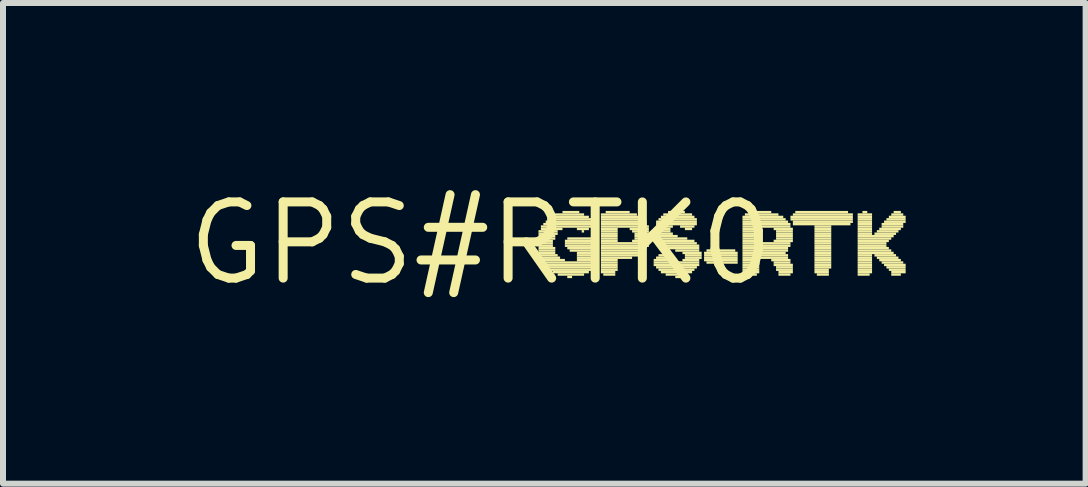
<source format=kicad_pcb>
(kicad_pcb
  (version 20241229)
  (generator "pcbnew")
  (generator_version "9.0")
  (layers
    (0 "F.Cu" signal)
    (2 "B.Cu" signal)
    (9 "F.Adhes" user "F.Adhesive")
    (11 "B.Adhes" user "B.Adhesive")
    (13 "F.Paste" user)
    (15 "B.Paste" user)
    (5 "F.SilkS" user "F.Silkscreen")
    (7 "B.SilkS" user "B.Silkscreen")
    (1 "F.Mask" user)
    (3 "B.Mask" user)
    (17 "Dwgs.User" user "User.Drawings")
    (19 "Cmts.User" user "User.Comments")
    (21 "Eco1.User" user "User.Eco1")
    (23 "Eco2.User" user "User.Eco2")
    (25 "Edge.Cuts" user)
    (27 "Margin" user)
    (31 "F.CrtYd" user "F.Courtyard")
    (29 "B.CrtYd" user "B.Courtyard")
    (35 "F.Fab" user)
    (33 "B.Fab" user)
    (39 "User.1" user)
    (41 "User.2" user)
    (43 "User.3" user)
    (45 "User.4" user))
  (footprint "GPS#RTK0"
    (layer "F.Cu")
    (at 4.966 1.006)
    (property "Reference" "GPS#RTK0" (at 0 0 0) (layer "F.SilkS") (effects (font (size 1.27 1.27) (thickness 0.15))))
    (fp_poly (pts (xy 0.92 0.02) (xy 1.2 0.02) (xy 1.2 -0.02) (xy 0.92 -0.02)) (stroke (width 0) (type solid)) (fill yes) (layer "F.SilkS"))
    (fp_poly (pts (xy 0.96 -0.18) (xy 1.28 -0.18) (xy 1.28 -0.22) (xy 0.96 -0.22)) (stroke (width 0) (type solid)) (fill yes) (layer "F.SilkS"))
    (fp_poly (pts (xy 0.96 -0.14) (xy 1.28 -0.14) (xy 1.28 -0.18) (xy 0.96 -0.18)) (stroke (width 0) (type solid)) (fill yes) (layer "F.SilkS"))
    (fp_poly (pts (xy 0.96 -0.1) (xy 1.24 -0.1) (xy 1.24 -0.14) (xy 0.96 -0.14)) (stroke (width 0) (type solid)) (fill yes) (layer "F.SilkS"))
    (fp_poly (pts (xy 0.96 -0.06) (xy 1.24 -0.06) (xy 1.24 -0.1) (xy 0.96 -0.1)) (stroke (width 0) (type solid)) (fill yes) (layer "F.SilkS"))
    (fp_poly (pts (xy 0.96 -0.02) (xy 1.2 -0.02) (xy 1.2 -0.06) (xy 0.96 -0.06)) (stroke (width 0) (type solid)) (fill yes) (layer "F.SilkS"))
    (fp_poly (pts (xy 0.96 0.06) (xy 1.2 0.06) (xy 1.2 0.02) (xy 0.96 0.02)) (stroke (width 0) (type solid)) (fill yes) (layer "F.SilkS"))
    (fp_poly (pts (xy 0.96 0.1) (xy 1.24 0.1) (xy 1.24 0.06) (xy 0.96 0.06)) (stroke (width 0) (type solid)) (fill yes) (layer "F.SilkS"))
    (fp_poly (pts (xy 0.96 0.14) (xy 1.24 0.14) (xy 1.24 0.1) (xy 0.96 0.1)) (stroke (width 0) (type solid)) (fill yes) (layer "F.SilkS"))
    (fp_poly (pts (xy 0.96 0.18) (xy 1.24 0.18) (xy 1.24 0.14) (xy 0.96 0.14)) (stroke (width 0) (type solid)) (fill yes) (layer "F.SilkS"))
    (fp_poly (pts (xy 0.96 0.22) (xy 1.28 0.22) (xy 1.28 0.18) (xy 0.96 0.18)) (stroke (width 0) (type solid)) (fill yes) (layer "F.SilkS"))
    (fp_poly (pts (xy 1 -0.26) (xy 1.84 -0.26) (xy 1.84 -0.3) (xy 1 -0.3)) (stroke (width 0) (type solid)) (fill yes) (layer "F.SilkS"))
    (fp_poly (pts (xy 1 -0.22) (xy 1.36 -0.22) (xy 1.36 -0.26) (xy 1 -0.26)) (stroke (width 0) (type solid)) (fill yes) (layer "F.SilkS"))
    (fp_poly (pts (xy 1 0.26) (xy 1.32 0.26) (xy 1.32 0.22) (xy 1 0.22)) (stroke (width 0) (type solid)) (fill yes) (layer "F.SilkS"))
    (fp_poly (pts (xy 1 0.3) (xy 1.4 0.3) (xy 1.4 0.26) (xy 1 0.26)) (stroke (width 0) (type solid)) (fill yes) (layer "F.SilkS"))
    (fp_poly (pts (xy 1.04 -0.3) (xy 1.84 -0.3) (xy 1.84 -0.34) (xy 1.04 -0.34)) (stroke (width 0) (type solid)) (fill yes) (layer "F.SilkS"))
    (fp_poly (pts (xy 1.04 0.34) (xy 1.88 0.34) (xy 1.88 0.3) (xy 1.04 0.3)) (stroke (width 0) (type solid)) (fill yes) (layer "F.SilkS"))
    (fp_poly (pts (xy 1.08 -0.34) (xy 1.84 -0.34) (xy 1.84 -0.38) (xy 1.08 -0.38)) (stroke (width 0) (type solid)) (fill yes) (layer "F.SilkS"))
    (fp_poly (pts (xy 1.08 0.38) (xy 1.88 0.38) (xy 1.88 0.34) (xy 1.08 0.34)) (stroke (width 0) (type solid)) (fill yes) (layer "F.SilkS"))
    (fp_poly (pts (xy 1.12 -0.38) (xy 1.84 -0.38) (xy 1.84 -0.42) (xy 1.12 -0.42)) (stroke (width 0) (type solid)) (fill yes) (layer "F.SilkS"))
    (fp_poly (pts (xy 1.12 0.42) (xy 1.88 0.42) (xy 1.88 0.38) (xy 1.12 0.38)) (stroke (width 0) (type solid)) (fill yes) (layer "F.SilkS"))
    (fp_poly (pts (xy 1.16 -0.42) (xy 1.8 -0.42) (xy 1.8 -0.46) (xy 1.16 -0.46)) (stroke (width 0) (type solid)) (fill yes) (layer "F.SilkS"))
    (fp_poly (pts (xy 1.16 0.46) (xy 1.84 0.46) (xy 1.84 0.42) (xy 1.16 0.42)) (stroke (width 0) (type solid)) (fill yes) (layer "F.SilkS"))
    (fp_poly (pts (xy 1.2 0.5) (xy 1.8 0.5) (xy 1.8 0.46) (xy 1.2 0.46)) (stroke (width 0) (type solid)) (fill yes) (layer "F.SilkS"))
    (fp_poly (pts (xy 1.24 -0.46) (xy 1.72 -0.46) (xy 1.72 -0.5) (xy 1.24 -0.5)) (stroke (width 0) (type solid)) (fill yes) (layer "F.SilkS"))
    (fp_poly (pts (xy 1.28 0.54) (xy 1.72 0.54) (xy 1.72 0.5) (xy 1.28 0.5)) (stroke (width 0) (type solid)) (fill yes) (layer "F.SilkS"))
    (fp_poly (pts (xy 1.36 -0.5) (xy 1.64 -0.5) (xy 1.64 -0.54) (xy 1.36 -0.54)) (stroke (width 0) (type solid)) (fill yes) (layer "F.SilkS"))
    (fp_poly (pts (xy 1.4 -0.02) (xy 1.88 -0.02) (xy 1.88 -0.06) (xy 1.4 -0.06)) (stroke (width 0) (type solid)) (fill yes) (layer "F.SilkS"))
    (fp_poly (pts (xy 1.4 0.02) (xy 1.88 0.02) (xy 1.88 -0.02) (xy 1.4 -0.02)) (stroke (width 0) (type solid)) (fill yes) (layer "F.SilkS"))
    (fp_poly (pts (xy 1.4 0.06) (xy 1.88 0.06) (xy 1.88 0.02) (xy 1.4 0.02)) (stroke (width 0) (type solid)) (fill yes) (layer "F.SilkS"))
    (fp_poly (pts (xy 1.44 -0.06) (xy 1.84 -0.06) (xy 1.84 -0.1) (xy 1.44 -0.1)) (stroke (width 0) (type solid)) (fill yes) (layer "F.SilkS"))
    (fp_poly (pts (xy 1.44 0.1) (xy 1.88 0.1) (xy 1.88 0.06) (xy 1.44 0.06)) (stroke (width 0) (type solid)) (fill yes) (layer "F.SilkS"))
    (fp_poly (pts (xy 1.44 0.58) (xy 1.52 0.58) (xy 1.52 0.54) (xy 1.44 0.54)) (stroke (width 0) (type solid)) (fill yes) (layer "F.SilkS"))
    (fp_poly (pts (xy 1.48 0.14) (xy 1.88 0.14) (xy 1.88 0.1) (xy 1.48 0.1)) (stroke (width 0) (type solid)) (fill yes) (layer "F.SilkS"))
    (fp_poly (pts (xy 1.6 -0.22) (xy 1.8 -0.22) (xy 1.8 -0.26) (xy 1.6 -0.26)) (stroke (width 0) (type solid)) (fill yes) (layer "F.SilkS"))
    (fp_poly (pts (xy 1.6 0.18) (xy 1.88 0.18) (xy 1.88 0.14) (xy 1.6 0.14)) (stroke (width 0) (type solid)) (fill yes) (layer "F.SilkS"))
    (fp_poly (pts (xy 1.6 0.22) (xy 1.88 0.22) (xy 1.88 0.18) (xy 1.6 0.18)) (stroke (width 0) (type solid)) (fill yes) (layer "F.SilkS"))
    (fp_poly (pts (xy 1.6 0.26) (xy 1.88 0.26) (xy 1.88 0.22) (xy 1.6 0.22)) (stroke (width 0) (type solid)) (fill yes) (layer "F.SilkS"))
    (fp_poly (pts (xy 1.6 0.3) (xy 1.88 0.3) (xy 1.88 0.26) (xy 1.6 0.26)) (stroke (width 0) (type solid)) (fill yes) (layer "F.SilkS"))
    (fp_poly (pts (xy 1.68 -0.18) (xy 1.72 -0.18) (xy 1.72 -0.22) (xy 1.68 -0.22)) (stroke (width 0) (type solid)) (fill yes) (layer "F.SilkS"))
    (fp_poly (pts (xy 2 -0.46) (xy 2.6 -0.46) (xy 2.6 -0.5) (xy 2 -0.5)) (stroke (width 0) (type solid)) (fill yes) (layer "F.SilkS"))
    (fp_poly (pts (xy 2 -0.42) (xy 2.68 -0.42) (xy 2.68 -0.46) (xy 2 -0.46)) (stroke (width 0) (type solid)) (fill yes) (layer "F.SilkS"))
    (fp_poly (pts (xy 2 -0.38) (xy 2.72 -0.38) (xy 2.72 -0.42) (xy 2 -0.42)) (stroke (width 0) (type solid)) (fill yes) (layer "F.SilkS"))
    (fp_poly (pts (xy 2 -0.34) (xy 2.76 -0.34) (xy 2.76 -0.38) (xy 2 -0.38)) (stroke (width 0) (type solid)) (fill yes) (layer "F.SilkS"))
    (fp_poly (pts (xy 2 -0.3) (xy 2.76 -0.3) (xy 2.76 -0.34) (xy 2 -0.34)) (stroke (width 0) (type solid)) (fill yes) (layer "F.SilkS"))
    (fp_poly (pts (xy 2 -0.26) (xy 2.8 -0.26) (xy 2.8 -0.3) (xy 2 -0.3)) (stroke (width 0) (type solid)) (fill yes) (layer "F.SilkS"))
    (fp_poly (pts (xy 2 -0.22) (xy 2.28 -0.22) (xy 2.28 -0.26) (xy 2 -0.26)) (stroke (width 0) (type solid)) (fill yes) (layer "F.SilkS"))
    (fp_poly (pts (xy 2 -0.18) (xy 2.28 -0.18) (xy 2.28 -0.22) (xy 2 -0.22)) (stroke (width 0) (type solid)) (fill yes) (layer "F.SilkS"))
    (fp_poly (pts (xy 2 -0.14) (xy 2.28 -0.14) (xy 2.28 -0.18) (xy 2 -0.18)) (stroke (width 0) (type solid)) (fill yes) (layer "F.SilkS"))
    (fp_poly (pts (xy 2 -0.1) (xy 2.28 -0.1) (xy 2.28 -0.14) (xy 2 -0.14)) (stroke (width 0) (type solid)) (fill yes) (layer "F.SilkS"))
    (fp_poly (pts (xy 2 -0.06) (xy 2.28 -0.06) (xy 2.28 -0.1) (xy 2 -0.1)) (stroke (width 0) (type solid)) (fill yes) (layer "F.SilkS"))
    (fp_poly (pts (xy 2 -0.02) (xy 2.28 -0.02) (xy 2.28 -0.06) (xy 2 -0.06)) (stroke (width 0) (type solid)) (fill yes) (layer "F.SilkS"))
    (fp_poly (pts (xy 2 0.02) (xy 2.8 0.02) (xy 2.8 -0.02) (xy 2 -0.02)) (stroke (width 0) (type solid)) (fill yes) (layer "F.SilkS"))
    (fp_poly (pts (xy 2 0.06) (xy 2.8 0.06) (xy 2.8 0.02) (xy 2 0.02)) (stroke (width 0) (type solid)) (fill yes) (layer "F.SilkS"))
    (fp_poly (pts (xy 2 0.1) (xy 2.76 0.1) (xy 2.76 0.06) (xy 2 0.06)) (stroke (width 0) (type solid)) (fill yes) (layer "F.SilkS"))
    (fp_poly (pts (xy 2 0.14) (xy 2.72 0.14) (xy 2.72 0.1) (xy 2 0.1)) (stroke (width 0) (type solid)) (fill yes) (layer "F.SilkS"))
    (fp_poly (pts (xy 2 0.18) (xy 2.68 0.18) (xy 2.68 0.14) (xy 2 0.14)) (stroke (width 0) (type solid)) (fill yes) (layer "F.SilkS"))
    (fp_poly (pts (xy 2 0.22) (xy 2.64 0.22) (xy 2.64 0.18) (xy 2 0.18)) (stroke (width 0) (type solid)) (fill yes) (layer "F.SilkS"))
    (fp_poly (pts (xy 2 0.26) (xy 2.52 0.26) (xy 2.52 0.22) (xy 2 0.22)) (stroke (width 0) (type solid)) (fill yes) (layer "F.SilkS"))
    (fp_poly (pts (xy 2 0.3) (xy 2.28 0.3) (xy 2.28 0.26) (xy 2 0.26)) (stroke (width 0) (type solid)) (fill yes) (layer "F.SilkS"))
    (fp_poly (pts (xy 2 0.34) (xy 2.28 0.34) (xy 2.28 0.3) (xy 2 0.3)) (stroke (width 0) (type solid)) (fill yes) (layer "F.SilkS"))
    (fp_poly (pts (xy 2 0.38) (xy 2.28 0.38) (xy 2.28 0.34) (xy 2 0.34)) (stroke (width 0) (type solid)) (fill yes) (layer "F.SilkS"))
    (fp_poly (pts (xy 2 0.42) (xy 2.28 0.42) (xy 2.28 0.38) (xy 2 0.38)) (stroke (width 0) (type solid)) (fill yes) (layer "F.SilkS"))
    (fp_poly (pts (xy 2 0.46) (xy 2.28 0.46) (xy 2.28 0.42) (xy 2 0.42)) (stroke (width 0) (type solid)) (fill yes) (layer "F.SilkS"))
    (fp_poly (pts (xy 2 0.5) (xy 2.24 0.5) (xy 2.24 0.46) (xy 2 0.46)) (stroke (width 0) (type solid)) (fill yes) (layer "F.SilkS"))
    (fp_poly (pts (xy 2.04 0.54) (xy 2.24 0.54) (xy 2.24 0.5) (xy 2.04 0.5)) (stroke (width 0) (type solid)) (fill yes) (layer "F.SilkS"))
    (fp_poly (pts (xy 2.08 -0.5) (xy 2.48 -0.5) (xy 2.48 -0.54) (xy 2.08 -0.54)) (stroke (width 0) (type solid)) (fill yes) (layer "F.SilkS"))
    (fp_poly (pts (xy 2.48 -0.22) (xy 2.8 -0.22) (xy 2.8 -0.26) (xy 2.48 -0.26)) (stroke (width 0) (type solid)) (fill yes) (layer "F.SilkS"))
    (fp_poly (pts (xy 2.52 -0.18) (xy 2.8 -0.18) (xy 2.8 -0.22) (xy 2.52 -0.22)) (stroke (width 0) (type solid)) (fill yes) (layer "F.SilkS"))
    (fp_poly (pts (xy 2.52 -0.02) (xy 2.8 -0.02) (xy 2.8 -0.06) (xy 2.52 -0.06)) (stroke (width 0) (type solid)) (fill yes) (layer "F.SilkS"))
    (fp_poly (pts (xy 2.56 -0.14) (xy 2.84 -0.14) (xy 2.84 -0.18) (xy 2.56 -0.18)) (stroke (width 0) (type solid)) (fill yes) (layer "F.SilkS"))
    (fp_poly (pts (xy 2.56 -0.1) (xy 2.84 -0.1) (xy 2.84 -0.14) (xy 2.56 -0.14)) (stroke (width 0) (type solid)) (fill yes) (layer "F.SilkS"))
    (fp_poly (pts (xy 2.56 -0.06) (xy 2.8 -0.06) (xy 2.8 -0.1) (xy 2.56 -0.1)) (stroke (width 0) (type solid)) (fill yes) (layer "F.SilkS"))
    (fp_poly (pts (xy 2.88 -0.18) (xy 3.16 -0.18) (xy 3.16 -0.22) (xy 2.88 -0.22)) (stroke (width 0) (type solid)) (fill yes) (layer "F.SilkS"))
    (fp_poly (pts (xy 2.88 0.3) (xy 3.2 0.3) (xy 3.2 0.26) (xy 2.88 0.26)) (stroke (width 0) (type solid)) (fill yes) (layer "F.SilkS"))
    (fp_poly (pts (xy 2.88 0.34) (xy 3.64 0.34) (xy 3.64 0.3) (xy 2.88 0.3)) (stroke (width 0) (type solid)) (fill yes) (layer "F.SilkS"))
    (fp_poly (pts (xy 2.88 0.38) (xy 3.64 0.38) (xy 3.64 0.34) (xy 2.88 0.34)) (stroke (width 0) (type solid)) (fill yes) (layer "F.SilkS"))
    (fp_poly (pts (xy 2.92 -0.34) (xy 3.6 -0.34) (xy 3.6 -0.38) (xy 2.92 -0.38)) (stroke (width 0) (type solid)) (fill yes) (layer "F.SilkS"))
    (fp_poly (pts (xy 2.92 -0.3) (xy 3.6 -0.3) (xy 3.6 -0.34) (xy 2.92 -0.34)) (stroke (width 0) (type solid)) (fill yes) (layer "F.SilkS"))
    (fp_poly (pts (xy 2.92 -0.26) (xy 3.2 -0.26) (xy 3.2 -0.3) (xy 2.92 -0.3)) (stroke (width 0) (type solid)) (fill yes) (layer "F.SilkS"))
    (fp_poly (pts (xy 2.92 -0.22) (xy 3.16 -0.22) (xy 3.16 -0.26) (xy 2.92 -0.26)) (stroke (width 0) (type solid)) (fill yes) (layer "F.SilkS"))
    (fp_poly (pts (xy 2.92 -0.14) (xy 3.2 -0.14) (xy 3.2 -0.18) (xy 2.92 -0.18)) (stroke (width 0) (type solid)) (fill yes) (layer "F.SilkS"))
    (fp_poly (pts (xy 2.92 -0.1) (xy 3.28 -0.1) (xy 3.28 -0.14) (xy 2.92 -0.14)) (stroke (width 0) (type solid)) (fill yes) (layer "F.SilkS"))
    (fp_poly (pts (xy 2.92 -0.06) (xy 3.44 -0.06) (xy 3.44 -0.1) (xy 2.92 -0.1)) (stroke (width 0) (type solid)) (fill yes) (layer "F.SilkS"))
    (fp_poly (pts (xy 2.92 0.26) (xy 3.12 0.26) (xy 3.12 0.22) (xy 2.92 0.22)) (stroke (width 0) (type solid)) (fill yes) (layer "F.SilkS"))
    (fp_poly (pts (xy 2.92 0.42) (xy 3.6 0.42) (xy 3.6 0.38) (xy 2.92 0.38)) (stroke (width 0) (type solid)) (fill yes) (layer "F.SilkS"))
    (fp_poly (pts (xy 2.96 -0.38) (xy 3.6 -0.38) (xy 3.6 -0.42) (xy 2.96 -0.42)) (stroke (width 0) (type solid)) (fill yes) (layer "F.SilkS"))
    (fp_poly (pts (xy 2.96 -0.02) (xy 3.56 -0.02) (xy 3.56 -0.06) (xy 2.96 -0.06)) (stroke (width 0) (type solid)) (fill yes) (layer "F.SilkS"))
    (fp_poly (pts (xy 2.96 0.22) (xy 3.08 0.22) (xy 3.08 0.18) (xy 2.96 0.18)) (stroke (width 0) (type solid)) (fill yes) (layer "F.SilkS"))
    (fp_poly (pts (xy 2.96 0.46) (xy 3.56 0.46) (xy 3.56 0.42) (xy 2.96 0.42)) (stroke (width 0) (type solid)) (fill yes) (layer "F.SilkS"))
    (fp_poly (pts (xy 3 -0.42) (xy 3.56 -0.42) (xy 3.56 -0.46) (xy 3 -0.46)) (stroke (width 0) (type solid)) (fill yes) (layer "F.SilkS"))
    (fp_poly (pts (xy 3 0.02) (xy 3.6 0.02) (xy 3.6 -0.02) (xy 3 -0.02)) (stroke (width 0) (type solid)) (fill yes) (layer "F.SilkS"))
    (fp_poly (pts (xy 3 0.5) (xy 3.52 0.5) (xy 3.52 0.46) (xy 3 0.46)) (stroke (width 0) (type solid)) (fill yes) (layer "F.SilkS"))
    (fp_poly (pts (xy 3.04 -0.46) (xy 3.52 -0.46) (xy 3.52 -0.5) (xy 3.04 -0.5)) (stroke (width 0) (type solid)) (fill yes) (layer "F.SilkS"))
    (fp_poly (pts (xy 3.04 0.06) (xy 3.64 0.06) (xy 3.64 0.02) (xy 3.04 0.02)) (stroke (width 0) (type solid)) (fill yes) (layer "F.SilkS"))
    (fp_poly (pts (xy 3.08 0.54) (xy 3.44 0.54) (xy 3.44 0.5) (xy 3.08 0.5)) (stroke (width 0) (type solid)) (fill yes) (layer "F.SilkS"))
    (fp_poly (pts (xy 3.12 -0.5) (xy 3.4 -0.5) (xy 3.4 -0.54) (xy 3.12 -0.54)) (stroke (width 0) (type solid)) (fill yes) (layer "F.SilkS"))
    (fp_poly (pts (xy 3.12 0.1) (xy 3.64 0.1) (xy 3.64 0.06) (xy 3.12 0.06)) (stroke (width 0) (type solid)) (fill yes) (layer "F.SilkS"))
    (fp_poly (pts (xy 3.24 0.14) (xy 3.64 0.14) (xy 3.64 0.1) (xy 3.24 0.1)) (stroke (width 0) (type solid)) (fill yes) (layer "F.SilkS"))
    (fp_poly (pts (xy 3.24 0.58) (xy 3.32 0.58) (xy 3.32 0.54) (xy 3.24 0.54)) (stroke (width 0) (type solid)) (fill yes) (layer "F.SilkS"))
    (fp_poly (pts (xy 3.32 -0.26) (xy 3.56 -0.26) (xy 3.56 -0.3) (xy 3.32 -0.3)) (stroke (width 0) (type solid)) (fill yes) (layer "F.SilkS"))
    (fp_poly (pts (xy 3.36 0.18) (xy 3.68 0.18) (xy 3.68 0.14) (xy 3.36 0.14)) (stroke (width 0) (type solid)) (fill yes) (layer "F.SilkS"))
    (fp_poly (pts (xy 3.36 0.3) (xy 3.64 0.3) (xy 3.64 0.26) (xy 3.36 0.26)) (stroke (width 0) (type solid)) (fill yes) (layer "F.SilkS"))
    (fp_poly (pts (xy 3.4 -0.22) (xy 3.52 -0.22) (xy 3.52 -0.26) (xy 3.4 -0.26)) (stroke (width 0) (type solid)) (fill yes) (layer "F.SilkS"))
    (fp_poly (pts (xy 3.4 0.22) (xy 3.68 0.22) (xy 3.68 0.18) (xy 3.4 0.18)) (stroke (width 0) (type solid)) (fill yes) (layer "F.SilkS"))
    (fp_poly (pts (xy 3.4 0.26) (xy 3.68 0.26) (xy 3.68 0.22) (xy 3.4 0.22)) (stroke (width 0) (type solid)) (fill yes) (layer "F.SilkS"))
    (fp_poly (pts (xy 3.72 0.18) (xy 4.28 0.18) (xy 4.28 0.14) (xy 3.72 0.14)) (stroke (width 0) (type solid)) (fill yes) (layer "F.SilkS"))
    (fp_poly (pts (xy 3.72 0.22) (xy 4.28 0.22) (xy 4.28 0.18) (xy 3.72 0.18)) (stroke (width 0) (type solid)) (fill yes) (layer "F.SilkS"))
    (fp_poly (pts (xy 3.72 0.26) (xy 4.28 0.26) (xy 4.28 0.22) (xy 3.72 0.22)) (stroke (width 0) (type solid)) (fill yes) (layer "F.SilkS"))
    (fp_poly (pts (xy 3.72 0.3) (xy 4.28 0.3) (xy 4.28 0.26) (xy 3.72 0.26)) (stroke (width 0) (type solid)) (fill yes) (layer "F.SilkS"))
    (fp_poly (pts (xy 3.76 0.14) (xy 4.24 0.14) (xy 4.24 0.1) (xy 3.76 0.1)) (stroke (width 0) (type solid)) (fill yes) (layer "F.SilkS"))
    (fp_poly (pts (xy 3.76 0.34) (xy 4.28 0.34) (xy 4.28 0.3) (xy 3.76 0.3)) (stroke (width 0) (type solid)) (fill yes) (layer "F.SilkS"))
    (fp_poly (pts (xy 4.36 -0.42) (xy 5.04 -0.42) (xy 5.04 -0.46) (xy 4.36 -0.46)) (stroke (width 0) (type solid)) (fill yes) (layer "F.SilkS"))
    (fp_poly (pts (xy 4.36 -0.38) (xy 5.08 -0.38) (xy 5.08 -0.42) (xy 4.36 -0.42)) (stroke (width 0) (type solid)) (fill yes) (layer "F.SilkS"))
    (fp_poly (pts (xy 4.36 -0.34) (xy 5.12 -0.34) (xy 5.12 -0.38) (xy 4.36 -0.38)) (stroke (width 0) (type solid)) (fill yes) (layer "F.SilkS"))
    (fp_poly (pts (xy 4.36 -0.3) (xy 5.16 -0.3) (xy 5.16 -0.34) (xy 4.36 -0.34)) (stroke (width 0) (type solid)) (fill yes) (layer "F.SilkS"))
    (fp_poly (pts (xy 4.36 -0.26) (xy 5.16 -0.26) (xy 5.16 -0.3) (xy 4.36 -0.3)) (stroke (width 0) (type solid)) (fill yes) (layer "F.SilkS"))
    (fp_poly (pts (xy 4.36 -0.22) (xy 4.64 -0.22) (xy 4.64 -0.26) (xy 4.36 -0.26)) (stroke (width 0) (type solid)) (fill yes) (layer "F.SilkS"))
    (fp_poly (pts (xy 4.36 -0.18) (xy 4.64 -0.18) (xy 4.64 -0.22) (xy 4.36 -0.22)) (stroke (width 0) (type solid)) (fill yes) (layer "F.SilkS"))
    (fp_poly (pts (xy 4.36 -0.14) (xy 4.64 -0.14) (xy 4.64 -0.18) (xy 4.36 -0.18)) (stroke (width 0) (type solid)) (fill yes) (layer "F.SilkS"))
    (fp_poly (pts (xy 4.36 -0.1) (xy 4.64 -0.1) (xy 4.64 -0.14) (xy 4.36 -0.14)) (stroke (width 0) (type solid)) (fill yes) (layer "F.SilkS"))
    (fp_poly (pts (xy 4.36 -0.06) (xy 4.64 -0.06) (xy 4.64 -0.1) (xy 4.36 -0.1)) (stroke (width 0) (type solid)) (fill yes) (layer "F.SilkS"))
    (fp_poly (pts (xy 4.36 -0.02) (xy 4.64 -0.02) (xy 4.64 -0.06) (xy 4.36 -0.06)) (stroke (width 0) (type solid)) (fill yes) (layer "F.SilkS"))
    (fp_poly (pts (xy 4.36 0.02) (xy 5.16 0.02) (xy 5.16 -0.02) (xy 4.36 -0.02)) (stroke (width 0) (type solid)) (fill yes) (layer "F.SilkS"))
    (fp_poly (pts (xy 4.36 0.06) (xy 5.16 0.06) (xy 5.16 0.02) (xy 4.36 0.02)) (stroke (width 0) (type solid)) (fill yes) (layer "F.SilkS"))
    (fp_poly (pts (xy 4.36 0.1) (xy 5.12 0.1) (xy 5.12 0.06) (xy 4.36 0.06)) (stroke (width 0) (type solid)) (fill yes) (layer "F.SilkS"))
    (fp_poly (pts (xy 4.36 0.14) (xy 5.12 0.14) (xy 5.12 0.1) (xy 4.36 0.1)) (stroke (width 0) (type solid)) (fill yes) (layer "F.SilkS"))
    (fp_poly (pts (xy 4.36 0.18) (xy 5.08 0.18) (xy 5.08 0.14) (xy 4.36 0.14)) (stroke (width 0) (type solid)) (fill yes) (layer "F.SilkS"))
    (fp_poly (pts (xy 4.36 0.22) (xy 5.12 0.22) (xy 5.12 0.18) (xy 4.36 0.18)) (stroke (width 0) (type solid)) (fill yes) (layer "F.SilkS"))
    (fp_poly (pts (xy 4.36 0.26) (xy 5.12 0.26) (xy 5.12 0.22) (xy 4.36 0.22)) (stroke (width 0) (type solid)) (fill yes) (layer "F.SilkS"))
    (fp_poly (pts (xy 4.36 0.3) (xy 4.64 0.3) (xy 4.64 0.26) (xy 4.36 0.26)) (stroke (width 0) (type solid)) (fill yes) (layer "F.SilkS"))
    (fp_poly (pts (xy 4.36 0.34) (xy 4.64 0.34) (xy 4.64 0.3) (xy 4.36 0.3)) (stroke (width 0) (type solid)) (fill yes) (layer "F.SilkS"))
    (fp_poly (pts (xy 4.36 0.38) (xy 4.64 0.38) (xy 4.64 0.34) (xy 4.36 0.34)) (stroke (width 0) (type solid)) (fill yes) (layer "F.SilkS"))
    (fp_poly (pts (xy 4.36 0.42) (xy 4.64 0.42) (xy 4.64 0.38) (xy 4.36 0.38)) (stroke (width 0) (type solid)) (fill yes) (layer "F.SilkS"))
    (fp_poly (pts (xy 4.36 0.46) (xy 4.64 0.46) (xy 4.64 0.42) (xy 4.36 0.42)) (stroke (width 0) (type solid)) (fill yes) (layer "F.SilkS"))
    (fp_poly (pts (xy 4.36 0.5) (xy 4.64 0.5) (xy 4.64 0.46) (xy 4.36 0.46)) (stroke (width 0) (type solid)) (fill yes) (layer "F.SilkS"))
    (fp_poly (pts (xy 4.4 -0.46) (xy 4.96 -0.46) (xy 4.96 -0.5) (xy 4.4 -0.5)) (stroke (width 0) (type solid)) (fill yes) (layer "F.SilkS"))
    (fp_poly (pts (xy 4.4 0.54) (xy 4.6 0.54) (xy 4.6 0.5) (xy 4.4 0.5)) (stroke (width 0) (type solid)) (fill yes) (layer "F.SilkS"))
    (fp_poly (pts (xy 4.48 -0.5) (xy 4.84 -0.5) (xy 4.84 -0.54) (xy 4.48 -0.54)) (stroke (width 0) (type solid)) (fill yes) (layer "F.SilkS"))
    (fp_poly (pts (xy 4.84 0.3) (xy 5.16 0.3) (xy 5.16 0.26) (xy 4.84 0.26)) (stroke (width 0) (type solid)) (fill yes) (layer "F.SilkS"))
    (fp_poly (pts (xy 4.88 -0.22) (xy 5.2 -0.22) (xy 5.2 -0.26) (xy 4.88 -0.26)) (stroke (width 0) (type solid)) (fill yes) (layer "F.SilkS"))
    (fp_poly (pts (xy 4.88 -0.02) (xy 5.2 -0.02) (xy 5.2 -0.06) (xy 4.88 -0.06)) (stroke (width 0) (type solid)) (fill yes) (layer "F.SilkS"))
    (fp_poly (pts (xy 4.88 0.34) (xy 5.16 0.34) (xy 5.16 0.3) (xy 4.88 0.3)) (stroke (width 0) (type solid)) (fill yes) (layer "F.SilkS"))
    (fp_poly (pts (xy 4.88 0.38) (xy 5.2 0.38) (xy 5.2 0.34) (xy 4.88 0.34)) (stroke (width 0) (type solid)) (fill yes) (layer "F.SilkS"))
    (fp_poly (pts (xy 4.92 -0.18) (xy 5.2 -0.18) (xy 5.2 -0.22) (xy 4.92 -0.22)) (stroke (width 0) (type solid)) (fill yes) (layer "F.SilkS"))
    (fp_poly (pts (xy 4.92 -0.14) (xy 5.2 -0.14) (xy 5.2 -0.18) (xy 4.92 -0.18)) (stroke (width 0) (type solid)) (fill yes) (layer "F.SilkS"))
    (fp_poly (pts (xy 4.92 -0.1) (xy 5.2 -0.1) (xy 5.2 -0.14) (xy 4.92 -0.14)) (stroke (width 0) (type solid)) (fill yes) (layer "F.SilkS"))
    (fp_poly (pts (xy 4.92 -0.06) (xy 5.2 -0.06) (xy 5.2 -0.1) (xy 4.92 -0.1)) (stroke (width 0) (type solid)) (fill yes) (layer "F.SilkS"))
    (fp_poly (pts (xy 4.92 0.42) (xy 5.2 0.42) (xy 5.2 0.38) (xy 4.92 0.38)) (stroke (width 0) (type solid)) (fill yes) (layer "F.SilkS"))
    (fp_poly (pts (xy 4.92 0.46) (xy 5.2 0.46) (xy 5.2 0.42) (xy 4.92 0.42)) (stroke (width 0) (type solid)) (fill yes) (layer "F.SilkS"))
    (fp_poly (pts (xy 4.96 0.5) (xy 5.2 0.5) (xy 5.2 0.46) (xy 4.96 0.46)) (stroke (width 0) (type solid)) (fill yes) (layer "F.SilkS"))
    (fp_poly (pts (xy 4.96 0.54) (xy 5.16 0.54) (xy 5.16 0.5) (xy 4.96 0.5)) (stroke (width 0) (type solid)) (fill yes) (layer "F.SilkS"))
    (fp_poly (pts (xy 5.16 -0.42) (xy 6.2 -0.42) (xy 6.2 -0.46) (xy 5.16 -0.46)) (stroke (width 0) (type solid)) (fill yes) (layer "F.SilkS"))
    (fp_poly (pts (xy 5.16 -0.38) (xy 6.2 -0.38) (xy 6.2 -0.42) (xy 5.16 -0.42)) (stroke (width 0) (type solid)) (fill yes) (layer "F.SilkS"))
    (fp_poly (pts (xy 5.2 -0.46) (xy 6.2 -0.46) (xy 6.2 -0.5) (xy 5.2 -0.5)) (stroke (width 0) (type solid)) (fill yes) (layer "F.SilkS"))
    (fp_poly (pts (xy 5.2 -0.34) (xy 6.2 -0.34) (xy 6.2 -0.38) (xy 5.2 -0.38)) (stroke (width 0) (type solid)) (fill yes) (layer "F.SilkS"))
    (fp_poly (pts (xy 5.2 -0.3) (xy 6.16 -0.3) (xy 6.16 -0.34) (xy 5.2 -0.34)) (stroke (width 0) (type solid)) (fill yes) (layer "F.SilkS"))
    (fp_poly (pts (xy 5.24 -0.5) (xy 6.12 -0.5) (xy 6.12 -0.54) (xy 5.24 -0.54)) (stroke (width 0) (type solid)) (fill yes) (layer "F.SilkS"))
    (fp_poly (pts (xy 5.56 -0.26) (xy 5.84 -0.26) (xy 5.84 -0.3) (xy 5.56 -0.3)) (stroke (width 0) (type solid)) (fill yes) (layer "F.SilkS"))
    (fp_poly (pts (xy 5.56 -0.22) (xy 5.84 -0.22) (xy 5.84 -0.26) (xy 5.56 -0.26)) (stroke (width 0) (type solid)) (fill yes) (layer "F.SilkS"))
    (fp_poly (pts (xy 5.56 -0.18) (xy 5.84 -0.18) (xy 5.84 -0.22) (xy 5.56 -0.22)) (stroke (width 0) (type solid)) (fill yes) (layer "F.SilkS"))
    (fp_poly (pts (xy 5.56 -0.14) (xy 5.84 -0.14) (xy 5.84 -0.18) (xy 5.56 -0.18)) (stroke (width 0) (type solid)) (fill yes) (layer "F.SilkS"))
    (fp_poly (pts (xy 5.56 -0.1) (xy 5.84 -0.1) (xy 5.84 -0.14) (xy 5.56 -0.14)) (stroke (width 0) (type solid)) (fill yes) (layer "F.SilkS"))
    (fp_poly (pts (xy 5.56 -0.06) (xy 5.84 -0.06) (xy 5.84 -0.1) (xy 5.56 -0.1)) (stroke (width 0) (type solid)) (fill yes) (layer "F.SilkS"))
    (fp_poly (pts (xy 5.56 -0.02) (xy 5.84 -0.02) (xy 5.84 -0.06) (xy 5.56 -0.06)) (stroke (width 0) (type solid)) (fill yes) (layer "F.SilkS"))
    (fp_poly (pts (xy 5.56 0.02) (xy 5.84 0.02) (xy 5.84 -0.02) (xy 5.56 -0.02)) (stroke (width 0) (type solid)) (fill yes) (layer "F.SilkS"))
    (fp_poly (pts (xy 5.56 0.06) (xy 5.84 0.06) (xy 5.84 0.02) (xy 5.56 0.02)) (stroke (width 0) (type solid)) (fill yes) (layer "F.SilkS"))
    (fp_poly (pts (xy 5.56 0.1) (xy 5.84 0.1) (xy 5.84 0.06) (xy 5.56 0.06)) (stroke (width 0) (type solid)) (fill yes) (layer "F.SilkS"))
    (fp_poly (pts (xy 5.56 0.14) (xy 5.84 0.14) (xy 5.84 0.1) (xy 5.56 0.1)) (stroke (width 0) (type solid)) (fill yes) (layer "F.SilkS"))
    (fp_poly (pts (xy 5.56 0.18) (xy 5.84 0.18) (xy 5.84 0.14) (xy 5.56 0.14)) (stroke (width 0) (type solid)) (fill yes) (layer "F.SilkS"))
    (fp_poly (pts (xy 5.56 0.22) (xy 5.84 0.22) (xy 5.84 0.18) (xy 5.56 0.18)) (stroke (width 0) (type solid)) (fill yes) (layer "F.SilkS"))
    (fp_poly (pts (xy 5.56 0.26) (xy 5.84 0.26) (xy 5.84 0.22) (xy 5.56 0.22)) (stroke (width 0) (type solid)) (fill yes) (layer "F.SilkS"))
    (fp_poly (pts (xy 5.56 0.3) (xy 5.84 0.3) (xy 5.84 0.26) (xy 5.56 0.26)) (stroke (width 0) (type solid)) (fill yes) (layer "F.SilkS"))
    (fp_poly (pts (xy 5.56 0.34) (xy 5.84 0.34) (xy 5.84 0.3) (xy 5.56 0.3)) (stroke (width 0) (type solid)) (fill yes) (layer "F.SilkS"))
    (fp_poly (pts (xy 5.56 0.38) (xy 5.84 0.38) (xy 5.84 0.34) (xy 5.56 0.34)) (stroke (width 0) (type solid)) (fill yes) (layer "F.SilkS"))
    (fp_poly (pts (xy 5.56 0.42) (xy 5.84 0.42) (xy 5.84 0.38) (xy 5.56 0.38)) (stroke (width 0) (type solid)) (fill yes) (layer "F.SilkS"))
    (fp_poly (pts (xy 5.56 0.46) (xy 5.8 0.46) (xy 5.8 0.42) (xy 5.56 0.42)) (stroke (width 0) (type solid)) (fill yes) (layer "F.SilkS"))
    (fp_poly (pts (xy 5.56 0.5) (xy 5.8 0.5) (xy 5.8 0.46) (xy 5.56 0.46)) (stroke (width 0) (type solid)) (fill yes) (layer "F.SilkS"))
    (fp_poly (pts (xy 5.6 0.54) (xy 5.8 0.54) (xy 5.8 0.5) (xy 5.6 0.5)) (stroke (width 0) (type solid)) (fill yes) (layer "F.SilkS"))
    (fp_poly (pts (xy 6.28 -0.46) (xy 6.52 -0.46) (xy 6.52 -0.5) (xy 6.28 -0.5)) (stroke (width 0) (type solid)) (fill yes) (layer "F.SilkS"))
    (fp_poly (pts (xy 6.28 -0.42) (xy 6.52 -0.42) (xy 6.52 -0.46) (xy 6.28 -0.46)) (stroke (width 0) (type solid)) (fill yes) (layer "F.SilkS"))
    (fp_poly (pts (xy 6.28 -0.38) (xy 6.52 -0.38) (xy 6.52 -0.42) (xy 6.28 -0.42)) (stroke (width 0) (type solid)) (fill yes) (layer "F.SilkS"))
    (fp_poly (pts (xy 6.28 -0.34) (xy 6.52 -0.34) (xy 6.52 -0.38) (xy 6.28 -0.38)) (stroke (width 0) (type solid)) (fill yes) (layer "F.SilkS"))
    (fp_poly (pts (xy 6.28 -0.3) (xy 6.52 -0.3) (xy 6.52 -0.34) (xy 6.28 -0.34)) (stroke (width 0) (type solid)) (fill yes) (layer "F.SilkS"))
    (fp_poly (pts (xy 6.28 -0.26) (xy 6.52 -0.26) (xy 6.52 -0.3) (xy 6.28 -0.3)) (stroke (width 0) (type solid)) (fill yes) (layer "F.SilkS"))
    (fp_poly (pts (xy 6.28 -0.22) (xy 6.52 -0.22) (xy 6.52 -0.26) (xy 6.28 -0.26)) (stroke (width 0) (type solid)) (fill yes) (layer "F.SilkS"))
    (fp_poly (pts (xy 6.28 -0.18) (xy 6.52 -0.18) (xy 6.52 -0.22) (xy 6.28 -0.22)) (stroke (width 0) (type solid)) (fill yes) (layer "F.SilkS"))
    (fp_poly (pts (xy 6.28 -0.14) (xy 6.52 -0.14) (xy 6.52 -0.18) (xy 6.28 -0.18)) (stroke (width 0) (type solid)) (fill yes) (layer "F.SilkS"))
    (fp_poly (pts (xy 6.28 -0.1) (xy 6.88 -0.1) (xy 6.88 -0.14) (xy 6.28 -0.14)) (stroke (width 0) (type solid)) (fill yes) (layer "F.SilkS"))
    (fp_poly (pts (xy 6.28 -0.06) (xy 6.84 -0.06) (xy 6.84 -0.1) (xy 6.28 -0.1)) (stroke (width 0) (type solid)) (fill yes) (layer "F.SilkS"))
    (fp_poly (pts (xy 6.28 -0.02) (xy 6.8 -0.02) (xy 6.8 -0.06) (xy 6.28 -0.06)) (stroke (width 0) (type solid)) (fill yes) (layer "F.SilkS"))
    (fp_poly (pts (xy 6.28 0.02) (xy 6.76 0.02) (xy 6.76 -0.02) (xy 6.28 -0.02)) (stroke (width 0) (type solid)) (fill yes) (layer "F.SilkS"))
    (fp_poly (pts (xy 6.28 0.06) (xy 6.76 0.06) (xy 6.76 0.02) (xy 6.28 0.02)) (stroke (width 0) (type solid)) (fill yes) (layer "F.SilkS"))
    (fp_poly (pts (xy 6.28 0.1) (xy 6.8 0.1) (xy 6.8 0.06) (xy 6.28 0.06)) (stroke (width 0) (type solid)) (fill yes) (layer "F.SilkS"))
    (fp_poly (pts (xy 6.28 0.14) (xy 6.84 0.14) (xy 6.84 0.1) (xy 6.28 0.1)) (stroke (width 0) (type solid)) (fill yes) (layer "F.SilkS"))
    (fp_poly (pts (xy 6.28 0.18) (xy 6.88 0.18) (xy 6.88 0.14) (xy 6.28 0.14)) (stroke (width 0) (type solid)) (fill yes) (layer "F.SilkS"))
    (fp_poly (pts (xy 6.28 0.22) (xy 6.52 0.22) (xy 6.52 0.18) (xy 6.28 0.18)) (stroke (width 0) (type solid)) (fill yes) (layer "F.SilkS"))
    (fp_poly (pts (xy 6.28 0.26) (xy 6.52 0.26) (xy 6.52 0.22) (xy 6.28 0.22)) (stroke (width 0) (type solid)) (fill yes) (layer "F.SilkS"))
    (fp_poly (pts (xy 6.28 0.3) (xy 6.52 0.3) (xy 6.52 0.26) (xy 6.28 0.26)) (stroke (width 0) (type solid)) (fill yes) (layer "F.SilkS"))
    (fp_poly (pts (xy 6.28 0.34) (xy 6.52 0.34) (xy 6.52 0.3) (xy 6.28 0.3)) (stroke (width 0) (type solid)) (fill yes) (layer "F.SilkS"))
    (fp_poly (pts (xy 6.28 0.38) (xy 6.52 0.38) (xy 6.52 0.34) (xy 6.28 0.34)) (stroke (width 0) (type solid)) (fill yes) (layer "F.SilkS"))
    (fp_poly (pts (xy 6.28 0.42) (xy 6.52 0.42) (xy 6.52 0.38) (xy 6.28 0.38)) (stroke (width 0) (type solid)) (fill yes) (layer "F.SilkS"))
    (fp_poly (pts (xy 6.28 0.46) (xy 6.52 0.46) (xy 6.52 0.42) (xy 6.28 0.42)) (stroke (width 0) (type solid)) (fill yes) (layer "F.SilkS"))
    (fp_poly (pts (xy 6.28 0.5) (xy 6.52 0.5) (xy 6.52 0.46) (xy 6.28 0.46)) (stroke (width 0) (type solid)) (fill yes) (layer "F.SilkS"))
    (fp_poly (pts (xy 6.28 0.54) (xy 6.48 0.54) (xy 6.48 0.5) (xy 6.28 0.5)) (stroke (width 0) (type solid)) (fill yes) (layer "F.SilkS"))
    (fp_poly (pts (xy 6.36 -0.5) (xy 6.44 -0.5) (xy 6.44 -0.54) (xy 6.36 -0.54)) (stroke (width 0) (type solid)) (fill yes) (layer "F.SilkS"))
    (fp_poly (pts (xy 6.56 -0.14) (xy 6.92 -0.14) (xy 6.92 -0.18) (xy 6.56 -0.18)) (stroke (width 0) (type solid)) (fill yes) (layer "F.SilkS"))
    (fp_poly (pts (xy 6.56 0.22) (xy 6.92 0.22) (xy 6.92 0.18) (xy 6.56 0.18)) (stroke (width 0) (type solid)) (fill yes) (layer "F.SilkS"))
    (fp_poly (pts (xy 6.6 -0.18) (xy 6.96 -0.18) (xy 6.96 -0.22) (xy 6.6 -0.22)) (stroke (width 0) (type solid)) (fill yes) (layer "F.SilkS"))
    (fp_poly (pts (xy 6.6 0.26) (xy 6.96 0.26) (xy 6.96 0.22) (xy 6.6 0.22)) (stroke (width 0) (type solid)) (fill yes) (layer "F.SilkS"))
    (fp_poly (pts (xy 6.64 -0.22) (xy 7 -0.22) (xy 7 -0.26) (xy 6.64 -0.26)) (stroke (width 0) (type solid)) (fill yes) (layer "F.SilkS"))
    (fp_poly (pts (xy 6.64 0.3) (xy 7 0.3) (xy 7 0.26) (xy 6.64 0.26)) (stroke (width 0) (type solid)) (fill yes) (layer "F.SilkS"))
    (fp_poly (pts (xy 6.68 -0.3) (xy 7.04 -0.3) (xy 7.04 -0.34) (xy 6.68 -0.34)) (stroke (width 0) (type solid)) (fill yes) (layer "F.SilkS"))
    (fp_poly (pts (xy 6.68 -0.26) (xy 7.04 -0.26) (xy 7.04 -0.3) (xy 6.68 -0.3)) (stroke (width 0) (type solid)) (fill yes) (layer "F.SilkS"))
    (fp_poly (pts (xy 6.68 0.34) (xy 7.04 0.34) (xy 7.04 0.3) (xy 6.68 0.3)) (stroke (width 0) (type solid)) (fill yes) (layer "F.SilkS"))
    (fp_poly (pts (xy 6.72 -0.34) (xy 7.08 -0.34) (xy 7.08 -0.38) (xy 6.72 -0.38)) (stroke (width 0) (type solid)) (fill yes) (layer "F.SilkS"))
    (fp_poly (pts (xy 6.72 0.38) (xy 7.08 0.38) (xy 7.08 0.34) (xy 6.72 0.34)) (stroke (width 0) (type solid)) (fill yes) (layer "F.SilkS"))
    (fp_poly (pts (xy 6.76 -0.38) (xy 7.08 -0.38) (xy 7.08 -0.42) (xy 6.76 -0.42)) (stroke (width 0) (type solid)) (fill yes) (layer "F.SilkS"))
    (fp_poly (pts (xy 6.76 0.42) (xy 7.08 0.42) (xy 7.08 0.38) (xy 6.76 0.38)) (stroke (width 0) (type solid)) (fill yes) (layer "F.SilkS"))
    (fp_poly (pts (xy 6.8 -0.42) (xy 7.08 -0.42) (xy 7.08 -0.46) (xy 6.8 -0.46)) (stroke (width 0) (type solid)) (fill yes) (layer "F.SilkS"))
    (fp_poly (pts (xy 6.8 0.46) (xy 7.08 0.46) (xy 7.08 0.42) (xy 6.8 0.42)) (stroke (width 0) (type solid)) (fill yes) (layer "F.SilkS"))
    (fp_poly (pts (xy 6.84 -0.46) (xy 7.04 -0.46) (xy 7.04 -0.5) (xy 6.84 -0.5)) (stroke (width 0) (type solid)) (fill yes) (layer "F.SilkS"))
    (fp_poly (pts (xy 6.84 0.5) (xy 7.08 0.5) (xy 7.08 0.46) (xy 6.84 0.46)) (stroke (width 0) (type solid)) (fill yes) (layer "F.SilkS"))
    (fp_poly (pts (xy 6.84 0.54) (xy 7 0.54) (xy 7 0.5) (xy 6.84 0.5)) (stroke (width 0) (type solid)) (fill yes) (layer "F.SilkS"))
    (fp_poly (pts (xy 6.88 -0.5) (xy 7 -0.5) (xy 7 -0.54) (xy 6.88 -0.54)) (stroke (width 0) (type solid)) (fill yes) (layer "F.SilkS")))
  (gr_rect
    (start -3 -3)
    (end 15.046 5.012)
    (stroke (width 0.1) (type default))
    (fill no)
    (layer "Edge.Cuts")))
</source>
